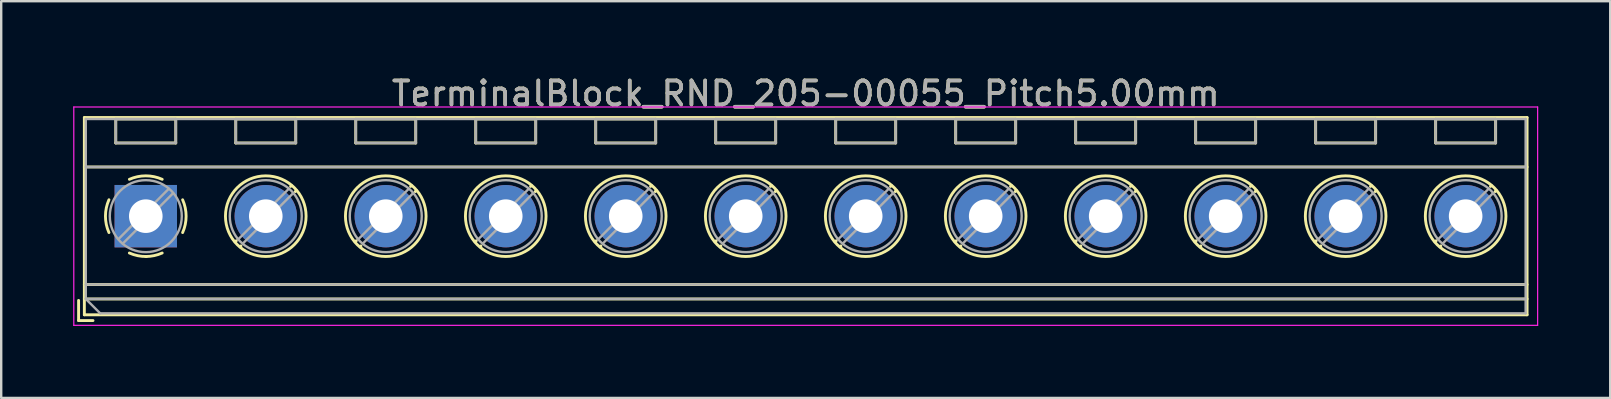
<source format=kicad_pcb>
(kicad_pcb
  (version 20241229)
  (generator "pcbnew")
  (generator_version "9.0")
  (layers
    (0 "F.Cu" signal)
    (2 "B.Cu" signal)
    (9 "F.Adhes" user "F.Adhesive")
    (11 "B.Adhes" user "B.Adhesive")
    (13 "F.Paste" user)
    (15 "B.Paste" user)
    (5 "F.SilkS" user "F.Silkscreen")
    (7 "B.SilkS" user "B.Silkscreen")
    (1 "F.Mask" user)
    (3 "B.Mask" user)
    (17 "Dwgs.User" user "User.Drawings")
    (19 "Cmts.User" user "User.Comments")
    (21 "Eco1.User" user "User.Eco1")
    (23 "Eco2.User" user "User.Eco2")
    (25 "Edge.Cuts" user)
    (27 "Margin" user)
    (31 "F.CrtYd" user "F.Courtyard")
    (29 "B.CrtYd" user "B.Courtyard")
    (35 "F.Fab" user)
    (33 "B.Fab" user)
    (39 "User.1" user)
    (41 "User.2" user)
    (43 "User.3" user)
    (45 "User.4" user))
  (footprint "TerminalBlock_RND_205-00055_Pitch5.00mm"
    (layer "F.Cu")
    (at 3.025 5.958)
    (property "Reference" "TerminalBlock_RND_205-00055_Pitch5.00mm" (at 27.5 -5.11 0) (layer "F.SilkS") (effects (font (size 1 1) (thickness 0.15))))
    (attr through_hole)
    (fp_line (start -2.8 3.51) (end -2.8 4.35) (stroke (width 0.12) (type solid)) (layer "F.SilkS"))
    (fp_line (start -2.8 4.35) (end -2.2 4.35) (stroke (width 0.12) (type solid)) (layer "F.SilkS"))
    (fp_line (start -2.56 -4.11) (end -2.56 4.11) (stroke (width 0.12) (type solid)) (layer "F.SilkS"))
    (fp_line (start -2.56 -2.05) (end 57.56 -2.05) (stroke (width 0.12) (type solid)) (layer "F.SilkS"))
    (fp_line (start -2.56 2.85) (end 57.56 2.85) (stroke (width 0.12) (type solid)) (layer "F.SilkS"))
    (fp_line (start -2.56 3.45) (end 57.56 3.45) (stroke (width 0.12) (type solid)) (layer "F.SilkS"))
    (fp_line (start -2.56 4.11) (end 57.56 4.11) (stroke (width 0.12) (type solid)) (layer "F.SilkS"))
    (fp_line (start -1.25 -4.05) (end -1.25 -3.05) (stroke (width 0.12) (type solid)) (layer "F.SilkS"))
    (fp_line (start -1.25 -4.05) (end 1.25 -4.05) (stroke (width 0.12) (type solid)) (layer "F.SilkS"))
    (fp_line (start -1.25 -3.05) (end 1.25 -3.05) (stroke (width 0.12) (type solid)) (layer "F.SilkS"))
    (fp_line (start 1.25 -4.05) (end 1.25 -3.05) (stroke (width 0.12) (type solid)) (layer "F.SilkS"))
    (fp_line (start 3.75 -4.05) (end 3.75 -3.05) (stroke (width 0.12) (type solid)) (layer "F.SilkS"))
    (fp_line (start 3.75 -4.05) (end 6.25 -4.05) (stroke (width 0.12) (type solid)) (layer "F.SilkS"))
    (fp_line (start 3.75 -3.05) (end 6.25 -3.05) (stroke (width 0.12) (type solid)) (layer "F.SilkS"))
    (fp_line (start 3.773 1.023) (end 3.726 1.069) (stroke (width 0.12) (type solid)) (layer "F.SilkS"))
    (fp_line (start 3.966 1.239) (end 3.931 1.274) (stroke (width 0.12) (type solid)) (layer "F.SilkS"))
    (fp_line (start 6.07 -1.275) (end 6.035 -1.239) (stroke (width 0.12) (type solid)) (layer "F.SilkS"))
    (fp_line (start 6.25 -4.05) (end 6.25 -3.05) (stroke (width 0.12) (type solid)) (layer "F.SilkS"))
    (fp_line (start 6.275 -1.069) (end 6.228 -1.023) (stroke (width 0.12) (type solid)) (layer "F.SilkS"))
    (fp_line (start 8.75 -4.05) (end 8.75 -3.05) (stroke (width 0.12) (type solid)) (layer "F.SilkS"))
    (fp_line (start 8.75 -4.05) (end 11.25 -4.05) (stroke (width 0.12) (type solid)) (layer "F.SilkS"))
    (fp_line (start 8.75 -3.05) (end 11.25 -3.05) (stroke (width 0.12) (type solid)) (layer "F.SilkS"))
    (fp_line (start 8.773 1.023) (end 8.726 1.069) (stroke (width 0.12) (type solid)) (layer "F.SilkS"))
    (fp_line (start 8.966 1.239) (end 8.931 1.274) (stroke (width 0.12) (type solid)) (layer "F.SilkS"))
    (fp_line (start 11.07 -1.275) (end 11.035 -1.239) (stroke (width 0.12) (type solid)) (layer "F.SilkS"))
    (fp_line (start 11.25 -4.05) (end 11.25 -3.05) (stroke (width 0.12) (type solid)) (layer "F.SilkS"))
    (fp_line (start 11.275 -1.069) (end 11.228 -1.023) (stroke (width 0.12) (type solid)) (layer "F.SilkS"))
    (fp_line (start 13.75 -4.05) (end 13.75 -3.05) (stroke (width 0.12) (type solid)) (layer "F.SilkS"))
    (fp_line (start 13.75 -4.05) (end 16.25 -4.05) (stroke (width 0.12) (type solid)) (layer "F.SilkS"))
    (fp_line (start 13.75 -3.05) (end 16.25 -3.05) (stroke (width 0.12) (type solid)) (layer "F.SilkS"))
    (fp_line (start 13.773 1.023) (end 13.726 1.069) (stroke (width 0.12) (type solid)) (layer "F.SilkS"))
    (fp_line (start 13.966 1.239) (end 13.931 1.274) (stroke (width 0.12) (type solid)) (layer "F.SilkS"))
    (fp_line (start 16.07 -1.275) (end 16.035 -1.239) (stroke (width 0.12) (type solid)) (layer "F.SilkS"))
    (fp_line (start 16.25 -4.05) (end 16.25 -3.05) (stroke (width 0.12) (type solid)) (layer "F.SilkS"))
    (fp_line (start 16.275 -1.069) (end 16.228 -1.023) (stroke (width 0.12) (type solid)) (layer "F.SilkS"))
    (fp_line (start 18.75 -4.05) (end 18.75 -3.05) (stroke (width 0.12) (type solid)) (layer "F.SilkS"))
    (fp_line (start 18.75 -4.05) (end 21.25 -4.05) (stroke (width 0.12) (type solid)) (layer "F.SilkS"))
    (fp_line (start 18.75 -3.05) (end 21.25 -3.05) (stroke (width 0.12) (type solid)) (layer "F.SilkS"))
    (fp_line (start 18.773 1.023) (end 18.726 1.069) (stroke (width 0.12) (type solid)) (layer "F.SilkS"))
    (fp_line (start 18.966 1.239) (end 18.931 1.274) (stroke (width 0.12) (type solid)) (layer "F.SilkS"))
    (fp_line (start 21.07 -1.275) (end 21.035 -1.239) (stroke (width 0.12) (type solid)) (layer "F.SilkS"))
    (fp_line (start 21.25 -4.05) (end 21.25 -3.05) (stroke (width 0.12) (type solid)) (layer "F.SilkS"))
    (fp_line (start 21.275 -1.069) (end 21.228 -1.023) (stroke (width 0.12) (type solid)) (layer "F.SilkS"))
    (fp_line (start 23.75 -4.05) (end 23.75 -3.05) (stroke (width 0.12) (type solid)) (layer "F.SilkS"))
    (fp_line (start 23.75 -4.05) (end 26.25 -4.05) (stroke (width 0.12) (type solid)) (layer "F.SilkS"))
    (fp_line (start 23.75 -3.05) (end 26.25 -3.05) (stroke (width 0.12) (type solid)) (layer "F.SilkS"))
    (fp_line (start 23.773 1.023) (end 23.726 1.069) (stroke (width 0.12) (type solid)) (layer "F.SilkS"))
    (fp_line (start 23.966 1.239) (end 23.931 1.274) (stroke (width 0.12) (type solid)) (layer "F.SilkS"))
    (fp_line (start 26.07 -1.275) (end 26.035 -1.239) (stroke (width 0.12) (type solid)) (layer "F.SilkS"))
    (fp_line (start 26.25 -4.05) (end 26.25 -3.05) (stroke (width 0.12) (type solid)) (layer "F.SilkS"))
    (fp_line (start 26.275 -1.069) (end 26.228 -1.023) (stroke (width 0.12) (type solid)) (layer "F.SilkS"))
    (fp_line (start 28.75 -4.05) (end 28.75 -3.05) (stroke (width 0.12) (type solid)) (layer "F.SilkS"))
    (fp_line (start 28.75 -4.05) (end 31.25 -4.05) (stroke (width 0.12) (type solid)) (layer "F.SilkS"))
    (fp_line (start 28.75 -3.05) (end 31.25 -3.05) (stroke (width 0.12) (type solid)) (layer "F.SilkS"))
    (fp_line (start 28.773 1.023) (end 28.726 1.069) (stroke (width 0.12) (type solid)) (layer "F.SilkS"))
    (fp_line (start 28.966 1.239) (end 28.931 1.274) (stroke (width 0.12) (type solid)) (layer "F.SilkS"))
    (fp_line (start 31.07 -1.275) (end 31.035 -1.239) (stroke (width 0.12) (type solid)) (layer "F.SilkS"))
    (fp_line (start 31.25 -4.05) (end 31.25 -3.05) (stroke (width 0.12) (type solid)) (layer "F.SilkS"))
    (fp_line (start 31.275 -1.069) (end 31.228 -1.023) (stroke (width 0.12) (type solid)) (layer "F.SilkS"))
    (fp_line (start 33.75 -4.05) (end 33.75 -3.05) (stroke (width 0.12) (type solid)) (layer "F.SilkS"))
    (fp_line (start 33.75 -4.05) (end 36.25 -4.05) (stroke (width 0.12) (type solid)) (layer "F.SilkS"))
    (fp_line (start 33.75 -3.05) (end 36.25 -3.05) (stroke (width 0.12) (type solid)) (layer "F.SilkS"))
    (fp_line (start 33.773 1.023) (end 33.726 1.069) (stroke (width 0.12) (type solid)) (layer "F.SilkS"))
    (fp_line (start 33.966 1.239) (end 33.931 1.274) (stroke (width 0.12) (type solid)) (layer "F.SilkS"))
    (fp_line (start 36.07 -1.275) (end 36.035 -1.239) (stroke (width 0.12) (type solid)) (layer "F.SilkS"))
    (fp_line (start 36.25 -4.05) (end 36.25 -3.05) (stroke (width 0.12) (type solid)) (layer "F.SilkS"))
    (fp_line (start 36.275 -1.069) (end 36.228 -1.023) (stroke (width 0.12) (type solid)) (layer "F.SilkS"))
    (fp_line (start 38.75 -4.05) (end 38.75 -3.05) (stroke (width 0.12) (type solid)) (layer "F.SilkS"))
    (fp_line (start 38.75 -4.05) (end 41.25 -4.05) (stroke (width 0.12) (type solid)) (layer "F.SilkS"))
    (fp_line (start 38.75 -3.05) (end 41.25 -3.05) (stroke (width 0.12) (type solid)) (layer "F.SilkS"))
    (fp_line (start 38.773 1.023) (end 38.726 1.069) (stroke (width 0.12) (type solid)) (layer "F.SilkS"))
    (fp_line (start 38.966 1.239) (end 38.931 1.274) (stroke (width 0.12) (type solid)) (layer "F.SilkS"))
    (fp_line (start 41.07 -1.275) (end 41.035 -1.239) (stroke (width 0.12) (type solid)) (layer "F.SilkS"))
    (fp_line (start 41.25 -4.05) (end 41.25 -3.05) (stroke (width 0.12) (type solid)) (layer "F.SilkS"))
    (fp_line (start 41.275 -1.069) (end 41.228 -1.023) (stroke (width 0.12) (type solid)) (layer "F.SilkS"))
    (fp_line (start 43.75 -4.05) (end 43.75 -3.05) (stroke (width 0.12) (type solid)) (layer "F.SilkS"))
    (fp_line (start 43.75 -4.05) (end 46.25 -4.05) (stroke (width 0.12) (type solid)) (layer "F.SilkS"))
    (fp_line (start 43.75 -3.05) (end 46.25 -3.05) (stroke (width 0.12) (type solid)) (layer "F.SilkS"))
    (fp_line (start 43.773 1.023) (end 43.726 1.069) (stroke (width 0.12) (type solid)) (layer "F.SilkS"))
    (fp_line (start 43.966 1.239) (end 43.931 1.274) (stroke (width 0.12) (type solid)) (layer "F.SilkS"))
    (fp_line (start 46.07 -1.275) (end 46.035 -1.239) (stroke (width 0.12) (type solid)) (layer "F.SilkS"))
    (fp_line (start 46.25 -4.05) (end 46.25 -3.05) (stroke (width 0.12) (type solid)) (layer "F.SilkS"))
    (fp_line (start 46.275 -1.069) (end 46.228 -1.023) (stroke (width 0.12) (type solid)) (layer "F.SilkS"))
    (fp_line (start 48.75 -4.05) (end 48.75 -3.05) (stroke (width 0.12) (type solid)) (layer "F.SilkS"))
    (fp_line (start 48.75 -4.05) (end 51.25 -4.05) (stroke (width 0.12) (type solid)) (layer "F.SilkS"))
    (fp_line (start 48.75 -3.05) (end 51.25 -3.05) (stroke (width 0.12) (type solid)) (layer "F.SilkS"))
    (fp_line (start 48.773 1.023) (end 48.726 1.069) (stroke (width 0.12) (type solid)) (layer "F.SilkS"))
    (fp_line (start 48.966 1.239) (end 48.931 1.274) (stroke (width 0.12) (type solid)) (layer "F.SilkS"))
    (fp_line (start 51.07 -1.275) (end 51.035 -1.239) (stroke (width 0.12) (type solid)) (layer "F.SilkS"))
    (fp_line (start 51.25 -4.05) (end 51.25 -3.05) (stroke (width 0.12) (type solid)) (layer "F.SilkS"))
    (fp_line (start 51.275 -1.069) (end 51.228 -1.023) (stroke (width 0.12) (type solid)) (layer "F.SilkS"))
    (fp_line (start 53.75 -4.05) (end 53.75 -3.05) (stroke (width 0.12) (type solid)) (layer "F.SilkS"))
    (fp_line (start 53.75 -4.05) (end 56.25 -4.05) (stroke (width 0.12) (type solid)) (layer "F.SilkS"))
    (fp_line (start 53.75 -3.05) (end 56.25 -3.05) (stroke (width 0.12) (type solid)) (layer "F.SilkS"))
    (fp_line (start 53.773 1.023) (end 53.726 1.069) (stroke (width 0.12) (type solid)) (layer "F.SilkS"))
    (fp_line (start 53.966 1.239) (end 53.931 1.274) (stroke (width 0.12) (type solid)) (layer "F.SilkS"))
    (fp_line (start 56.07 -1.275) (end 56.035 -1.239) (stroke (width 0.12) (type solid)) (layer "F.SilkS"))
    (fp_line (start 56.25 -4.05) (end 56.25 -3.05) (stroke (width 0.12) (type solid)) (layer "F.SilkS"))
    (fp_line (start 56.275 -1.069) (end 56.228 -1.023) (stroke (width 0.12) (type solid)) (layer "F.SilkS"))
    (fp_line (start 57.56 -4.11) (end -2.56 -4.11) (stroke (width 0.12) (type solid)) (layer "F.SilkS"))
    (fp_line (start 57.56 4.11) (end 57.56 -4.11) (stroke (width 0.12) (type solid)) (layer "F.SilkS"))
    (fp_arc (start -1.535427 0.683042) (mid -1.680501 -0.000524) (end -1.535 -0.684) (stroke (width 0.12) (type solid)) (layer "F.SilkS"))
    (fp_arc (start -0.683042 -1.535427) (mid 0.000524 -1.680501) (end 0.684 -1.535) (stroke (width 0.12) (type solid)) (layer "F.SilkS"))
    (fp_arc (start 0.028805 1.680253) (mid -0.335551 1.646659) (end -0.684 1.535) (stroke (width 0.12) (type solid)) (layer "F.SilkS"))
    (fp_arc (start 0.683318 1.534756) (mid 0.349292 1.643288) (end 0 1.68) (stroke (width 0.12) (type solid)) (layer "F.SilkS"))
    (fp_arc (start 1.535427 -0.683042) (mid 1.680501 0.000524) (end 1.535 0.684) (stroke (width 0.12) (type solid)) (layer "F.SilkS"))
    (fp_circle (center 5 0) (end 6.68 0) (stroke (width 0.12) (type solid)) (fill no) (layer "F.SilkS"))
    (fp_circle (center 10 0) (end 11.68 0) (stroke (width 0.12) (type solid)) (fill no) (layer "F.SilkS"))
    (fp_circle (center 15 0) (end 16.68 0) (stroke (width 0.12) (type solid)) (fill no) (layer "F.SilkS"))
    (fp_circle (center 20 0) (end 21.68 0) (stroke (width 0.12) (type solid)) (fill no) (layer "F.SilkS"))
    (fp_circle (center 25 0) (end 26.68 0) (stroke (width 0.12) (type solid)) (fill no) (layer "F.SilkS"))
    (fp_circle (center 30 0) (end 31.68 0) (stroke (width 0.12) (type solid)) (fill no) (layer "F.SilkS"))
    (fp_circle (center 35 0) (end 36.68 0) (stroke (width 0.12) (type solid)) (fill no) (layer "F.SilkS"))
    (fp_circle (center 40 0) (end 41.68 0) (stroke (width 0.12) (type solid)) (fill no) (layer "F.SilkS"))
    (fp_circle (center 45 0) (end 46.68 0) (stroke (width 0.12) (type solid)) (fill no) (layer "F.SilkS"))
    (fp_circle (center 50 0) (end 51.68 0) (stroke (width 0.12) (type solid)) (fill no) (layer "F.SilkS"))
    (fp_circle (center 55 0) (end 56.68 0) (stroke (width 0.12) (type solid)) (fill no) (layer "F.SilkS"))
    (fp_line (start -3 -4.55) (end -3 4.55) (stroke (width 0.05) (type solid)) (layer "F.CrtYd"))
    (fp_line (start -3 4.55) (end 58 4.55) (stroke (width 0.05) (type solid)) (layer "F.CrtYd"))
    (fp_line (start 58 -4.55) (end -3 -4.55) (stroke (width 0.05) (type solid)) (layer "F.CrtYd"))
    (fp_line (start 58 4.55) (end 58 -4.55) (stroke (width 0.05) (type solid)) (layer "F.CrtYd"))
    (fp_line (start -2.5 -4.05) (end 57.5 -4.05) (stroke (width 0.1) (type solid)) (layer "F.Fab"))
    (fp_line (start -2.5 -2.05) (end 57.5 -2.05) (stroke (width 0.1) (type solid)) (layer "F.Fab"))
    (fp_line (start -2.5 2.85) (end 57.5 2.85) (stroke (width 0.1) (type solid)) (layer "F.Fab"))
    (fp_line (start -2.5 3.45) (end -2.5 -4.05) (stroke (width 0.1) (type solid)) (layer "F.Fab"))
    (fp_line (start -2.5 3.45) (end 57.5 3.45) (stroke (width 0.1) (type solid)) (layer "F.Fab"))
    (fp_line (start -1.9 4.05) (end -2.5 3.45) (stroke (width 0.1) (type solid)) (layer "F.Fab"))
    (fp_line (start -1.25 -4.05) (end -1.25 -3.05) (stroke (width 0.1) (type solid)) (layer "F.Fab"))
    (fp_line (start -1.25 -3.05) (end 1.25 -3.05) (stroke (width 0.1) (type solid)) (layer "F.Fab"))
    (fp_line (start 0.955 -1.138) (end -1.138 0.955) (stroke (width 0.1) (type solid)) (layer "F.Fab"))
    (fp_line (start 1.138 -0.955) (end -0.955 1.138) (stroke (width 0.1) (type solid)) (layer "F.Fab"))
    (fp_line (start 1.25 -4.05) (end -1.25 -4.05) (stroke (width 0.1) (type solid)) (layer "F.Fab"))
    (fp_line (start 1.25 -3.05) (end 1.25 -4.05) (stroke (width 0.1) (type solid)) (layer "F.Fab"))
    (fp_line (start 3.75 -4.05) (end 3.75 -3.05) (stroke (width 0.1) (type solid)) (layer "F.Fab"))
    (fp_line (start 3.75 -3.05) (end 6.25 -3.05) (stroke (width 0.1) (type solid)) (layer "F.Fab"))
    (fp_line (start 5.955 -1.138) (end 3.863 0.955) (stroke (width 0.1) (type solid)) (layer "F.Fab"))
    (fp_line (start 6.138 -0.955) (end 4.046 1.138) (stroke (width 0.1) (type solid)) (layer "F.Fab"))
    (fp_line (start 6.25 -4.05) (end 3.75 -4.05) (stroke (width 0.1) (type solid)) (layer "F.Fab"))
    (fp_line (start 6.25 -3.05) (end 6.25 -4.05) (stroke (width 0.1) (type solid)) (layer "F.Fab"))
    (fp_line (start 8.75 -4.05) (end 8.75 -3.05) (stroke (width 0.1) (type solid)) (layer "F.Fab"))
    (fp_line (start 8.75 -3.05) (end 11.25 -3.05) (stroke (width 0.1) (type solid)) (layer "F.Fab"))
    (fp_line (start 10.955 -1.138) (end 8.863 0.955) (stroke (width 0.1) (type solid)) (layer "F.Fab"))
    (fp_line (start 11.138 -0.955) (end 9.046 1.138) (stroke (width 0.1) (type solid)) (layer "F.Fab"))
    (fp_line (start 11.25 -4.05) (end 8.75 -4.05) (stroke (width 0.1) (type solid)) (layer "F.Fab"))
    (fp_line (start 11.25 -3.05) (end 11.25 -4.05) (stroke (width 0.1) (type solid)) (layer "F.Fab"))
    (fp_line (start 13.75 -4.05) (end 13.75 -3.05) (stroke (width 0.1) (type solid)) (layer "F.Fab"))
    (fp_line (start 13.75 -3.05) (end 16.25 -3.05) (stroke (width 0.1) (type solid)) (layer "F.Fab"))
    (fp_line (start 15.955 -1.138) (end 13.863 0.955) (stroke (width 0.1) (type solid)) (layer "F.Fab"))
    (fp_line (start 16.138 -0.955) (end 14.046 1.138) (stroke (width 0.1) (type solid)) (layer "F.Fab"))
    (fp_line (start 16.25 -4.05) (end 13.75 -4.05) (stroke (width 0.1) (type solid)) (layer "F.Fab"))
    (fp_line (start 16.25 -3.05) (end 16.25 -4.05) (stroke (width 0.1) (type solid)) (layer "F.Fab"))
    (fp_line (start 18.75 -4.05) (end 18.75 -3.05) (stroke (width 0.1) (type solid)) (layer "F.Fab"))
    (fp_line (start 18.75 -3.05) (end 21.25 -3.05) (stroke (width 0.1) (type solid)) (layer "F.Fab"))
    (fp_line (start 20.955 -1.138) (end 18.863 0.955) (stroke (width 0.1) (type solid)) (layer "F.Fab"))
    (fp_line (start 21.138 -0.955) (end 19.046 1.138) (stroke (width 0.1) (type solid)) (layer "F.Fab"))
    (fp_line (start 21.25 -4.05) (end 18.75 -4.05) (stroke (width 0.1) (type solid)) (layer "F.Fab"))
    (fp_line (start 21.25 -3.05) (end 21.25 -4.05) (stroke (width 0.1) (type solid)) (layer "F.Fab"))
    (fp_line (start 23.75 -4.05) (end 23.75 -3.05) (stroke (width 0.1) (type solid)) (layer "F.Fab"))
    (fp_line (start 23.75 -3.05) (end 26.25 -3.05) (stroke (width 0.1) (type solid)) (layer "F.Fab"))
    (fp_line (start 25.955 -1.138) (end 23.863 0.955) (stroke (width 0.1) (type solid)) (layer "F.Fab"))
    (fp_line (start 26.138 -0.955) (end 24.046 1.138) (stroke (width 0.1) (type solid)) (layer "F.Fab"))
    (fp_line (start 26.25 -4.05) (end 23.75 -4.05) (stroke (width 0.1) (type solid)) (layer "F.Fab"))
    (fp_line (start 26.25 -3.05) (end 26.25 -4.05) (stroke (width 0.1) (type solid)) (layer "F.Fab"))
    (fp_line (start 28.75 -4.05) (end 28.75 -3.05) (stroke (width 0.1) (type solid)) (layer "F.Fab"))
    (fp_line (start 28.75 -3.05) (end 31.25 -3.05) (stroke (width 0.1) (type solid)) (layer "F.Fab"))
    (fp_line (start 30.955 -1.138) (end 28.863 0.955) (stroke (width 0.1) (type solid)) (layer "F.Fab"))
    (fp_line (start 31.138 -0.955) (end 29.046 1.138) (stroke (width 0.1) (type solid)) (layer "F.Fab"))
    (fp_line (start 31.25 -4.05) (end 28.75 -4.05) (stroke (width 0.1) (type solid)) (layer "F.Fab"))
    (fp_line (start 31.25 -3.05) (end 31.25 -4.05) (stroke (width 0.1) (type solid)) (layer "F.Fab"))
    (fp_line (start 33.75 -4.05) (end 33.75 -3.05) (stroke (width 0.1) (type solid)) (layer "F.Fab"))
    (fp_line (start 33.75 -3.05) (end 36.25 -3.05) (stroke (width 0.1) (type solid)) (layer "F.Fab"))
    (fp_line (start 35.955 -1.138) (end 33.863 0.955) (stroke (width 0.1) (type solid)) (layer "F.Fab"))
    (fp_line (start 36.138 -0.955) (end 34.046 1.138) (stroke (width 0.1) (type solid)) (layer "F.Fab"))
    (fp_line (start 36.25 -4.05) (end 33.75 -4.05) (stroke (width 0.1) (type solid)) (layer "F.Fab"))
    (fp_line (start 36.25 -3.05) (end 36.25 -4.05) (stroke (width 0.1) (type solid)) (layer "F.Fab"))
    (fp_line (start 38.75 -4.05) (end 38.75 -3.05) (stroke (width 0.1) (type solid)) (layer "F.Fab"))
    (fp_line (start 38.75 -3.05) (end 41.25 -3.05) (stroke (width 0.1) (type solid)) (layer "F.Fab"))
    (fp_line (start 40.955 -1.138) (end 38.863 0.955) (stroke (width 0.1) (type solid)) (layer "F.Fab"))
    (fp_line (start 41.138 -0.955) (end 39.046 1.138) (stroke (width 0.1) (type solid)) (layer "F.Fab"))
    (fp_line (start 41.25 -4.05) (end 38.75 -4.05) (stroke (width 0.1) (type solid)) (layer "F.Fab"))
    (fp_line (start 41.25 -3.05) (end 41.25 -4.05) (stroke (width 0.1) (type solid)) (layer "F.Fab"))
    (fp_line (start 43.75 -4.05) (end 43.75 -3.05) (stroke (width 0.1) (type solid)) (layer "F.Fab"))
    (fp_line (start 43.75 -3.05) (end 46.25 -3.05) (stroke (width 0.1) (type solid)) (layer "F.Fab"))
    (fp_line (start 45.955 -1.138) (end 43.863 0.955) (stroke (width 0.1) (type solid)) (layer "F.Fab"))
    (fp_line (start 46.138 -0.955) (end 44.046 1.138) (stroke (width 0.1) (type solid)) (layer "F.Fab"))
    (fp_line (start 46.25 -4.05) (end 43.75 -4.05) (stroke (width 0.1) (type solid)) (layer "F.Fab"))
    (fp_line (start 46.25 -3.05) (end 46.25 -4.05) (stroke (width 0.1) (type solid)) (layer "F.Fab"))
    (fp_line (start 48.75 -4.05) (end 48.75 -3.05) (stroke (width 0.1) (type solid)) (layer "F.Fab"))
    (fp_line (start 48.75 -3.05) (end 51.25 -3.05) (stroke (width 0.1) (type solid)) (layer "F.Fab"))
    (fp_line (start 50.955 -1.138) (end 48.863 0.955) (stroke (width 0.1) (type solid)) (layer "F.Fab"))
    (fp_line (start 51.138 -0.955) (end 49.046 1.138) (stroke (width 0.1) (type solid)) (layer "F.Fab"))
    (fp_line (start 51.25 -4.05) (end 48.75 -4.05) (stroke (width 0.1) (type solid)) (layer "F.Fab"))
    (fp_line (start 51.25 -3.05) (end 51.25 -4.05) (stroke (width 0.1) (type solid)) (layer "F.Fab"))
    (fp_line (start 53.75 -4.05) (end 53.75 -3.05) (stroke (width 0.1) (type solid)) (layer "F.Fab"))
    (fp_line (start 53.75 -3.05) (end 56.25 -3.05) (stroke (width 0.1) (type solid)) (layer "F.Fab"))
    (fp_line (start 55.955 -1.138) (end 53.863 0.955) (stroke (width 0.1) (type solid)) (layer "F.Fab"))
    (fp_line (start 56.138 -0.955) (end 54.046 1.138) (stroke (width 0.1) (type solid)) (layer "F.Fab"))
    (fp_line (start 56.25 -4.05) (end 53.75 -4.05) (stroke (width 0.1) (type solid)) (layer "F.Fab"))
    (fp_line (start 56.25 -3.05) (end 56.25 -4.05) (stroke (width 0.1) (type solid)) (layer "F.Fab"))
    (fp_line (start 57.5 -4.05) (end 57.5 4.05) (stroke (width 0.1) (type solid)) (layer "F.Fab"))
    (fp_line (start 57.5 4.05) (end -1.9 4.05) (stroke (width 0.1) (type solid)) (layer "F.Fab"))
    (fp_circle (center 0 0) (end 1.5 0) (stroke (width 0.1) (type solid)) (fill no) (layer "F.Fab"))
    (fp_circle (center 5 0) (end 6.5 0) (stroke (width 0.1) (type solid)) (fill no) (layer "F.Fab"))
    (fp_circle (center 10 0) (end 11.5 0) (stroke (width 0.1) (type solid)) (fill no) (layer "F.Fab"))
    (fp_circle (center 15 0) (end 16.5 0) (stroke (width 0.1) (type solid)) (fill no) (layer "F.Fab"))
    (fp_circle (center 20 0) (end 21.5 0) (stroke (width 0.1) (type solid)) (fill no) (layer "F.Fab"))
    (fp_circle (center 25 0) (end 26.5 0) (stroke (width 0.1) (type solid)) (fill no) (layer "F.Fab"))
    (fp_circle (center 30 0) (end 31.5 0) (stroke (width 0.1) (type solid)) (fill no) (layer "F.Fab"))
    (fp_circle (center 35 0) (end 36.5 0) (stroke (width 0.1) (type solid)) (fill no) (layer "F.Fab"))
    (fp_circle (center 40 0) (end 41.5 0) (stroke (width 0.1) (type solid)) (fill no) (layer "F.Fab"))
    (fp_circle (center 45 0) (end 46.5 0) (stroke (width 0.1) (type solid)) (fill no) (layer "F.Fab"))
    (fp_circle (center 50 0) (end 51.5 0) (stroke (width 0.1) (type solid)) (fill no) (layer "F.Fab"))
    (fp_circle (center 55 0) (end 56.5 0) (stroke (width 0.1) (type solid)) (fill no) (layer "F.Fab"))
    (fp_text user "${REFERENCE}" (at 27.5 -5.11 0) (layer "F.Fab") (effects (font (size 1 1) (thickness 0.15))))
    (pad "1" thru_hole rect (at 0 0) (size 2.6 2.6) (drill 1.4) (layers "*.Cu" "*.Mask"))
    (pad "2" thru_hole circle (at 5 0) (size 2.6 2.6) (drill 1.4) (layers "*.Cu" "*.Mask"))
    (pad "3" thru_hole circle (at 10 0) (size 2.6 2.6) (drill 1.4) (layers "*.Cu" "*.Mask"))
    (pad "4" thru_hole circle (at 15 0) (size 2.6 2.6) (drill 1.4) (layers "*.Cu" "*.Mask"))
    (pad "5" thru_hole circle (at 20 0) (size 2.6 2.6) (drill 1.4) (layers "*.Cu" "*.Mask"))
    (pad "6" thru_hole circle (at 25 0) (size 2.6 2.6) (drill 1.4) (layers "*.Cu" "*.Mask"))
    (pad "7" thru_hole circle (at 30 0) (size 2.6 2.6) (drill 1.4) (layers "*.Cu" "*.Mask"))
    (pad "8" thru_hole circle (at 35 0) (size 2.6 2.6) (drill 1.4) (layers "*.Cu" "*.Mask"))
    (pad "9" thru_hole circle (at 40 0) (size 2.6 2.6) (drill 1.4) (layers "*.Cu" "*.Mask"))
    (pad "10" thru_hole circle (at 45 0) (size 2.6 2.6) (drill 1.4) (layers "*.Cu" "*.Mask"))
    (pad "11" thru_hole circle (at 50 0) (size 2.6 2.6) (drill 1.4) (layers "*.Cu" "*.Mask"))
    (pad "12" thru_hole circle (at 55 0) (size 2.6 2.6) (drill 1.4) (layers "*.Cu" "*.Mask")))
  (gr_rect
    (start -3 -3)
    (end 64.05 13.533)
    (stroke (width 0.1) (type default))
    (fill no)
    (layer "Edge.Cuts")))
</source>
